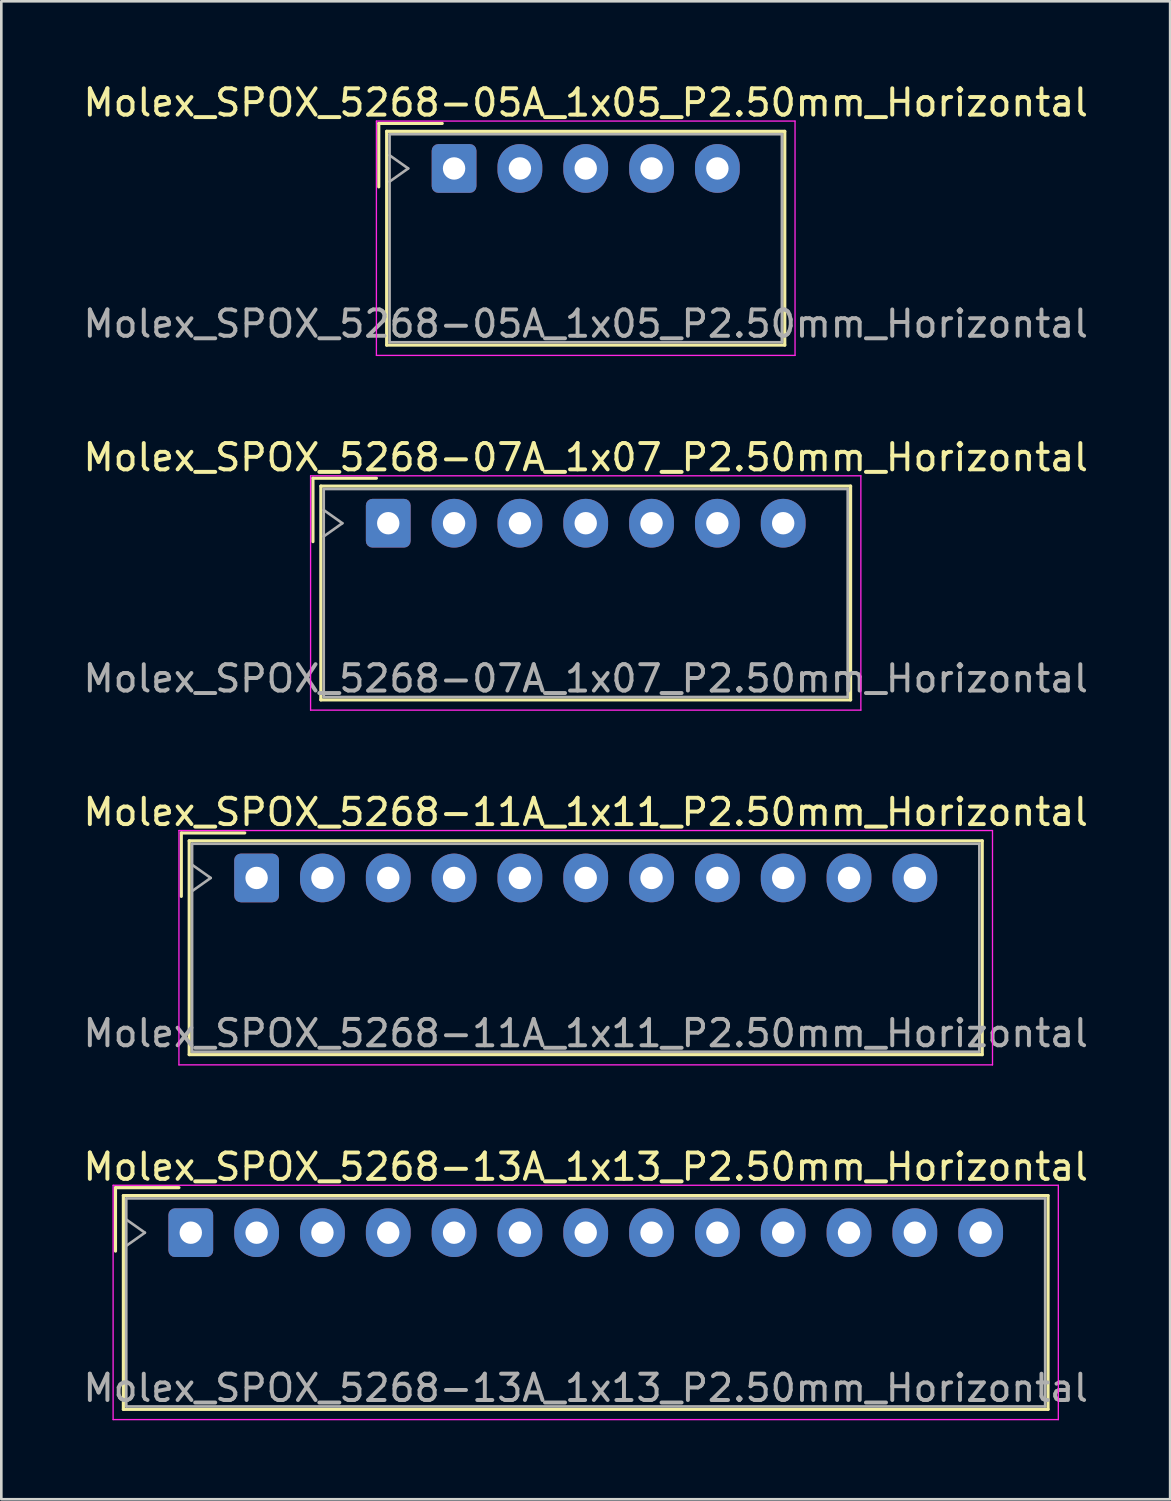
<source format=kicad_pcb>
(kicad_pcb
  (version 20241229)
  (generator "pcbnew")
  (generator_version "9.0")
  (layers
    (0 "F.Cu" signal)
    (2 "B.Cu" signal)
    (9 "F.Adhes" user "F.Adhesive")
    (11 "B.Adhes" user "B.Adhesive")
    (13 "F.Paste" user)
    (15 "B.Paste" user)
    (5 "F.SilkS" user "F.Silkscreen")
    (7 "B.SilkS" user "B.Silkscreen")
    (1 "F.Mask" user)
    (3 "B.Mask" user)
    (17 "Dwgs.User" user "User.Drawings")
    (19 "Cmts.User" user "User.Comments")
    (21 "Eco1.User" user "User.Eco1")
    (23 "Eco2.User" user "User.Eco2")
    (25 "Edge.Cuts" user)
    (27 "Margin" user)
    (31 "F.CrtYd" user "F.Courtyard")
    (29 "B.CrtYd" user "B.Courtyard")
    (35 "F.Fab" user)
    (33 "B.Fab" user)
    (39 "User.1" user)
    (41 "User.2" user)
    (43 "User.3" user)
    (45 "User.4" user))
  (footprint "Molex_SPOX_5268-07A_1x07_P2.50mm_Horizontal"
    (layer "F.Cu")
    (at 11.696 16.822)
    (property "Reference" "Molex_SPOX_5268-07A_1x07_P2.50mm_Horizontal" (at 7.5 -2.5 0) (layer "F.SilkS") (effects (font (size 1 1) (thickness 0.15))))
    (attr through_hole)
    (fp_line (start -2.86 -1.71) (end -0.45 -1.71) (stroke (width 0.12) (type solid)) (layer "F.SilkS"))
    (fp_line (start -2.86 0.7) (end -2.86 -1.71) (stroke (width 0.12) (type solid)) (layer "F.SilkS"))
    (fp_line (start -2.56 -1.41) (end -2.56 6.71) (stroke (width 0.12) (type solid)) (layer "F.SilkS"))
    (fp_line (start -2.56 6.71) (end 17.56 6.71) (stroke (width 0.12) (type solid)) (layer "F.SilkS"))
    (fp_line (start 17.56 -1.41) (end -2.56 -1.41) (stroke (width 0.12) (type solid)) (layer "F.SilkS"))
    (fp_line (start 17.56 6.71) (end 17.56 -1.41) (stroke (width 0.12) (type solid)) (layer "F.SilkS"))
    (fp_line (start -2.95 -1.8) (end -2.95 7.1) (stroke (width 0.05) (type solid)) (layer "F.CrtYd"))
    (fp_line (start -2.95 7.1) (end 17.95 7.1) (stroke (width 0.05) (type solid)) (layer "F.CrtYd"))
    (fp_line (start 17.95 -1.8) (end -2.95 -1.8) (stroke (width 0.05) (type solid)) (layer "F.CrtYd"))
    (fp_line (start 17.95 7.1) (end 17.95 -1.8) (stroke (width 0.05) (type solid)) (layer "F.CrtYd"))
    (fp_line (start -2.45 -1.3) (end -2.45 6.6) (stroke (width 0.1) (type solid)) (layer "F.Fab"))
    (fp_line (start -2.45 0.5) (end -1.743 0) (stroke (width 0.1) (type solid)) (layer "F.Fab"))
    (fp_line (start -2.45 6.6) (end 17.45 6.6) (stroke (width 0.1) (type solid)) (layer "F.Fab"))
    (fp_line (start -1.743 0) (end -2.45 -0.5) (stroke (width 0.1) (type solid)) (layer "F.Fab"))
    (fp_line (start 17.45 -1.3) (end -2.45 -1.3) (stroke (width 0.1) (type solid)) (layer "F.Fab"))
    (fp_line (start 17.45 6.6) (end 17.45 -1.3) (stroke (width 0.1) (type solid)) (layer "F.Fab"))
    (fp_text user "${REFERENCE}" (at 7.5 5.9 0) (layer "F.Fab") (effects (font (size 1 1) (thickness 0.15))))
    (pad "1" thru_hole roundrect (at 0 0) (size 1.7 1.85) (drill 0.85) (layers "*.Cu" "*.Mask") (roundrect_rratio 0.147))
    (pad "2" thru_hole oval (at 2.5 0) (size 1.7 1.85) (drill 0.85) (layers "*.Cu" "*.Mask"))
    (pad "3" thru_hole oval (at 5 0) (size 1.7 1.85) (drill 0.85) (layers "*.Cu" "*.Mask"))
    (pad "4" thru_hole oval (at 7.5 0) (size 1.7 1.85) (drill 0.85) (layers "*.Cu" "*.Mask"))
    (pad "5" thru_hole oval (at 10 0) (size 1.7 1.85) (drill 0.85) (layers "*.Cu" "*.Mask"))
    (pad "6" thru_hole oval (at 12.5 0) (size 1.7 1.85) (drill 0.85) (layers "*.Cu" "*.Mask"))
    (pad "7" thru_hole oval (at 15 0) (size 1.7 1.85) (drill 0.85) (layers "*.Cu" "*.Mask")))
  (footprint "Molex_SPOX_5268-11A_1x11_P2.50mm_Horizontal"
    (layer "F.Cu")
    (at 6.696 30.295)
    (property "Reference" "Molex_SPOX_5268-11A_1x11_P2.50mm_Horizontal" (at 12.5 -2.5 0) (layer "F.SilkS") (effects (font (size 1 1) (thickness 0.15))))
    (attr through_hole)
    (fp_line (start -2.86 -1.71) (end -0.45 -1.71) (stroke (width 0.12) (type solid)) (layer "F.SilkS"))
    (fp_line (start -2.86 0.7) (end -2.86 -1.71) (stroke (width 0.12) (type solid)) (layer "F.SilkS"))
    (fp_line (start -2.56 -1.41) (end -2.56 6.71) (stroke (width 0.12) (type solid)) (layer "F.SilkS"))
    (fp_line (start -2.56 6.71) (end 27.56 6.71) (stroke (width 0.12) (type solid)) (layer "F.SilkS"))
    (fp_line (start 27.56 -1.41) (end -2.56 -1.41) (stroke (width 0.12) (type solid)) (layer "F.SilkS"))
    (fp_line (start 27.56 6.71) (end 27.56 -1.41) (stroke (width 0.12) (type solid)) (layer "F.SilkS"))
    (fp_line (start -2.95 -1.8) (end -2.95 7.1) (stroke (width 0.05) (type solid)) (layer "F.CrtYd"))
    (fp_line (start -2.95 7.1) (end 27.95 7.1) (stroke (width 0.05) (type solid)) (layer "F.CrtYd"))
    (fp_line (start 27.95 -1.8) (end -2.95 -1.8) (stroke (width 0.05) (type solid)) (layer "F.CrtYd"))
    (fp_line (start 27.95 7.1) (end 27.95 -1.8) (stroke (width 0.05) (type solid)) (layer "F.CrtYd"))
    (fp_line (start -2.45 -1.3) (end -2.45 6.6) (stroke (width 0.1) (type solid)) (layer "F.Fab"))
    (fp_line (start -2.45 0.5) (end -1.743 0) (stroke (width 0.1) (type solid)) (layer "F.Fab"))
    (fp_line (start -2.45 6.6) (end 27.45 6.6) (stroke (width 0.1) (type solid)) (layer "F.Fab"))
    (fp_line (start -1.743 0) (end -2.45 -0.5) (stroke (width 0.1) (type solid)) (layer "F.Fab"))
    (fp_line (start 27.45 -1.3) (end -2.45 -1.3) (stroke (width 0.1) (type solid)) (layer "F.Fab"))
    (fp_line (start 27.45 6.6) (end 27.45 -1.3) (stroke (width 0.1) (type solid)) (layer "F.Fab"))
    (fp_text user "${REFERENCE}" (at 12.5 5.9 0) (layer "F.Fab") (effects (font (size 1 1) (thickness 0.15))))
    (pad "1" thru_hole roundrect (at 0 0) (size 1.7 1.85) (drill 0.85) (layers "*.Cu" "*.Mask") (roundrect_rratio 0.147))
    (pad "2" thru_hole oval (at 2.5 0) (size 1.7 1.85) (drill 0.85) (layers "*.Cu" "*.Mask"))
    (pad "3" thru_hole oval (at 5 0) (size 1.7 1.85) (drill 0.85) (layers "*.Cu" "*.Mask"))
    (pad "4" thru_hole oval (at 7.5 0) (size 1.7 1.85) (drill 0.85) (layers "*.Cu" "*.Mask"))
    (pad "5" thru_hole oval (at 10 0) (size 1.7 1.85) (drill 0.85) (layers "*.Cu" "*.Mask"))
    (pad "6" thru_hole oval (at 12.5 0) (size 1.7 1.85) (drill 0.85) (layers "*.Cu" "*.Mask"))
    (pad "7" thru_hole oval (at 15 0) (size 1.7 1.85) (drill 0.85) (layers "*.Cu" "*.Mask"))
    (pad "8" thru_hole oval (at 17.5 0) (size 1.7 1.85) (drill 0.85) (layers "*.Cu" "*.Mask"))
    (pad "9" thru_hole oval (at 20 0) (size 1.7 1.85) (drill 0.85) (layers "*.Cu" "*.Mask"))
    (pad "10" thru_hole oval (at 22.5 0) (size 1.7 1.85) (drill 0.85) (layers "*.Cu" "*.Mask"))
    (pad "11" thru_hole oval (at 25 0) (size 1.7 1.85) (drill 0.85) (layers "*.Cu" "*.Mask")))
  (footprint "Molex_SPOX_5268-05A_1x05_P2.50mm_Horizontal"
    (layer "F.Cu")
    (at 14.196 3.348)
    (property "Reference" "Molex_SPOX_5268-05A_1x05_P2.50mm_Horizontal" (at 5 -2.5 0) (layer "F.SilkS") (effects (font (size 1 1) (thickness 0.15))))
    (attr through_hole)
    (fp_line (start -2.86 -1.71) (end -0.45 -1.71) (stroke (width 0.12) (type solid)) (layer "F.SilkS"))
    (fp_line (start -2.86 0.7) (end -2.86 -1.71) (stroke (width 0.12) (type solid)) (layer "F.SilkS"))
    (fp_line (start -2.56 -1.41) (end -2.56 6.71) (stroke (width 0.12) (type solid)) (layer "F.SilkS"))
    (fp_line (start -2.56 6.71) (end 12.56 6.71) (stroke (width 0.12) (type solid)) (layer "F.SilkS"))
    (fp_line (start 12.56 -1.41) (end -2.56 -1.41) (stroke (width 0.12) (type solid)) (layer "F.SilkS"))
    (fp_line (start 12.56 6.71) (end 12.56 -1.41) (stroke (width 0.12) (type solid)) (layer "F.SilkS"))
    (fp_line (start -2.95 -1.8) (end -2.95 7.1) (stroke (width 0.05) (type solid)) (layer "F.CrtYd"))
    (fp_line (start -2.95 7.1) (end 12.95 7.1) (stroke (width 0.05) (type solid)) (layer "F.CrtYd"))
    (fp_line (start 12.95 -1.8) (end -2.95 -1.8) (stroke (width 0.05) (type solid)) (layer "F.CrtYd"))
    (fp_line (start 12.95 7.1) (end 12.95 -1.8) (stroke (width 0.05) (type solid)) (layer "F.CrtYd"))
    (fp_line (start -2.45 -1.3) (end -2.45 6.6) (stroke (width 0.1) (type solid)) (layer "F.Fab"))
    (fp_line (start -2.45 0.5) (end -1.743 0) (stroke (width 0.1) (type solid)) (layer "F.Fab"))
    (fp_line (start -2.45 6.6) (end 12.45 6.6) (stroke (width 0.1) (type solid)) (layer "F.Fab"))
    (fp_line (start -1.743 0) (end -2.45 -0.5) (stroke (width 0.1) (type solid)) (layer "F.Fab"))
    (fp_line (start 12.45 -1.3) (end -2.45 -1.3) (stroke (width 0.1) (type solid)) (layer "F.Fab"))
    (fp_line (start 12.45 6.6) (end 12.45 -1.3) (stroke (width 0.1) (type solid)) (layer "F.Fab"))
    (fp_text user "${REFERENCE}" (at 5 5.9 0) (layer "F.Fab") (effects (font (size 1 1) (thickness 0.15))))
    (pad "1" thru_hole roundrect (at 0 0) (size 1.7 1.85) (drill 0.85) (layers "*.Cu" "*.Mask") (roundrect_rratio 0.147))
    (pad "2" thru_hole oval (at 2.5 0) (size 1.7 1.85) (drill 0.85) (layers "*.Cu" "*.Mask"))
    (pad "3" thru_hole oval (at 5 0) (size 1.7 1.85) (drill 0.85) (layers "*.Cu" "*.Mask"))
    (pad "4" thru_hole oval (at 7.5 0) (size 1.7 1.85) (drill 0.85) (layers "*.Cu" "*.Mask"))
    (pad "5" thru_hole oval (at 10 0) (size 1.7 1.85) (drill 0.85) (layers "*.Cu" "*.Mask")))
  (footprint "Molex_SPOX_5268-13A_1x13_P2.50mm_Horizontal"
    (layer "F.Cu")
    (at 4.196 43.768)
    (property "Reference" "Molex_SPOX_5268-13A_1x13_P2.50mm_Horizontal" (at 15 -2.5 0) (layer "F.SilkS") (effects (font (size 1 1) (thickness 0.15))))
    (attr through_hole)
    (fp_line (start -2.86 -1.71) (end -0.45 -1.71) (stroke (width 0.12) (type solid)) (layer "F.SilkS"))
    (fp_line (start -2.86 0.7) (end -2.86 -1.71) (stroke (width 0.12) (type solid)) (layer "F.SilkS"))
    (fp_line (start -2.56 -1.41) (end -2.56 6.71) (stroke (width 0.12) (type solid)) (layer "F.SilkS"))
    (fp_line (start -2.56 6.71) (end 32.56 6.71) (stroke (width 0.12) (type solid)) (layer "F.SilkS"))
    (fp_line (start 32.56 -1.41) (end -2.56 -1.41) (stroke (width 0.12) (type solid)) (layer "F.SilkS"))
    (fp_line (start 32.56 6.71) (end 32.56 -1.41) (stroke (width 0.12) (type solid)) (layer "F.SilkS"))
    (fp_line (start -2.95 -1.8) (end -2.95 7.1) (stroke (width 0.05) (type solid)) (layer "F.CrtYd"))
    (fp_line (start -2.95 7.1) (end 32.95 7.1) (stroke (width 0.05) (type solid)) (layer "F.CrtYd"))
    (fp_line (start 32.95 -1.8) (end -2.95 -1.8) (stroke (width 0.05) (type solid)) (layer "F.CrtYd"))
    (fp_line (start 32.95 7.1) (end 32.95 -1.8) (stroke (width 0.05) (type solid)) (layer "F.CrtYd"))
    (fp_line (start -2.45 -1.3) (end -2.45 6.6) (stroke (width 0.1) (type solid)) (layer "F.Fab"))
    (fp_line (start -2.45 0.5) (end -1.743 0) (stroke (width 0.1) (type solid)) (layer "F.Fab"))
    (fp_line (start -2.45 6.6) (end 32.45 6.6) (stroke (width 0.1) (type solid)) (layer "F.Fab"))
    (fp_line (start -1.743 0) (end -2.45 -0.5) (stroke (width 0.1) (type solid)) (layer "F.Fab"))
    (fp_line (start 32.45 -1.3) (end -2.45 -1.3) (stroke (width 0.1) (type solid)) (layer "F.Fab"))
    (fp_line (start 32.45 6.6) (end 32.45 -1.3) (stroke (width 0.1) (type solid)) (layer "F.Fab"))
    (fp_text user "${REFERENCE}" (at 15 5.9 0) (layer "F.Fab") (effects (font (size 1 1) (thickness 0.15))))
    (pad "1" thru_hole roundrect (at 0 0) (size 1.7 1.85) (drill 0.85) (layers "*.Cu" "*.Mask") (roundrect_rratio 0.147))
    (pad "2" thru_hole oval (at 2.5 0) (size 1.7 1.85) (drill 0.85) (layers "*.Cu" "*.Mask"))
    (pad "3" thru_hole oval (at 5 0) (size 1.7 1.85) (drill 0.85) (layers "*.Cu" "*.Mask"))
    (pad "4" thru_hole oval (at 7.5 0) (size 1.7 1.85) (drill 0.85) (layers "*.Cu" "*.Mask"))
    (pad "5" thru_hole oval (at 10 0) (size 1.7 1.85) (drill 0.85) (layers "*.Cu" "*.Mask"))
    (pad "6" thru_hole oval (at 12.5 0) (size 1.7 1.85) (drill 0.85) (layers "*.Cu" "*.Mask"))
    (pad "7" thru_hole oval (at 15 0) (size 1.7 1.85) (drill 0.85) (layers "*.Cu" "*.Mask"))
    (pad "8" thru_hole oval (at 17.5 0) (size 1.7 1.85) (drill 0.85) (layers "*.Cu" "*.Mask"))
    (pad "9" thru_hole oval (at 20 0) (size 1.7 1.85) (drill 0.85) (layers "*.Cu" "*.Mask"))
    (pad "10" thru_hole oval (at 22.5 0) (size 1.7 1.85) (drill 0.85) (layers "*.Cu" "*.Mask"))
    (pad "11" thru_hole oval (at 25 0) (size 1.7 1.85) (drill 0.85) (layers "*.Cu" "*.Mask"))
    (pad "12" thru_hole oval (at 27.5 0) (size 1.7 1.85) (drill 0.85) (layers "*.Cu" "*.Mask"))
    (pad "13" thru_hole oval (at 30 0) (size 1.7 1.85) (drill 0.85) (layers "*.Cu" "*.Mask")))
  (gr_rect
    (start -3 -3)
    (end 41.393 53.893)
    (stroke (width 0.1) (type default))
    (fill no)
    (layer "Edge.Cuts")))
</source>
